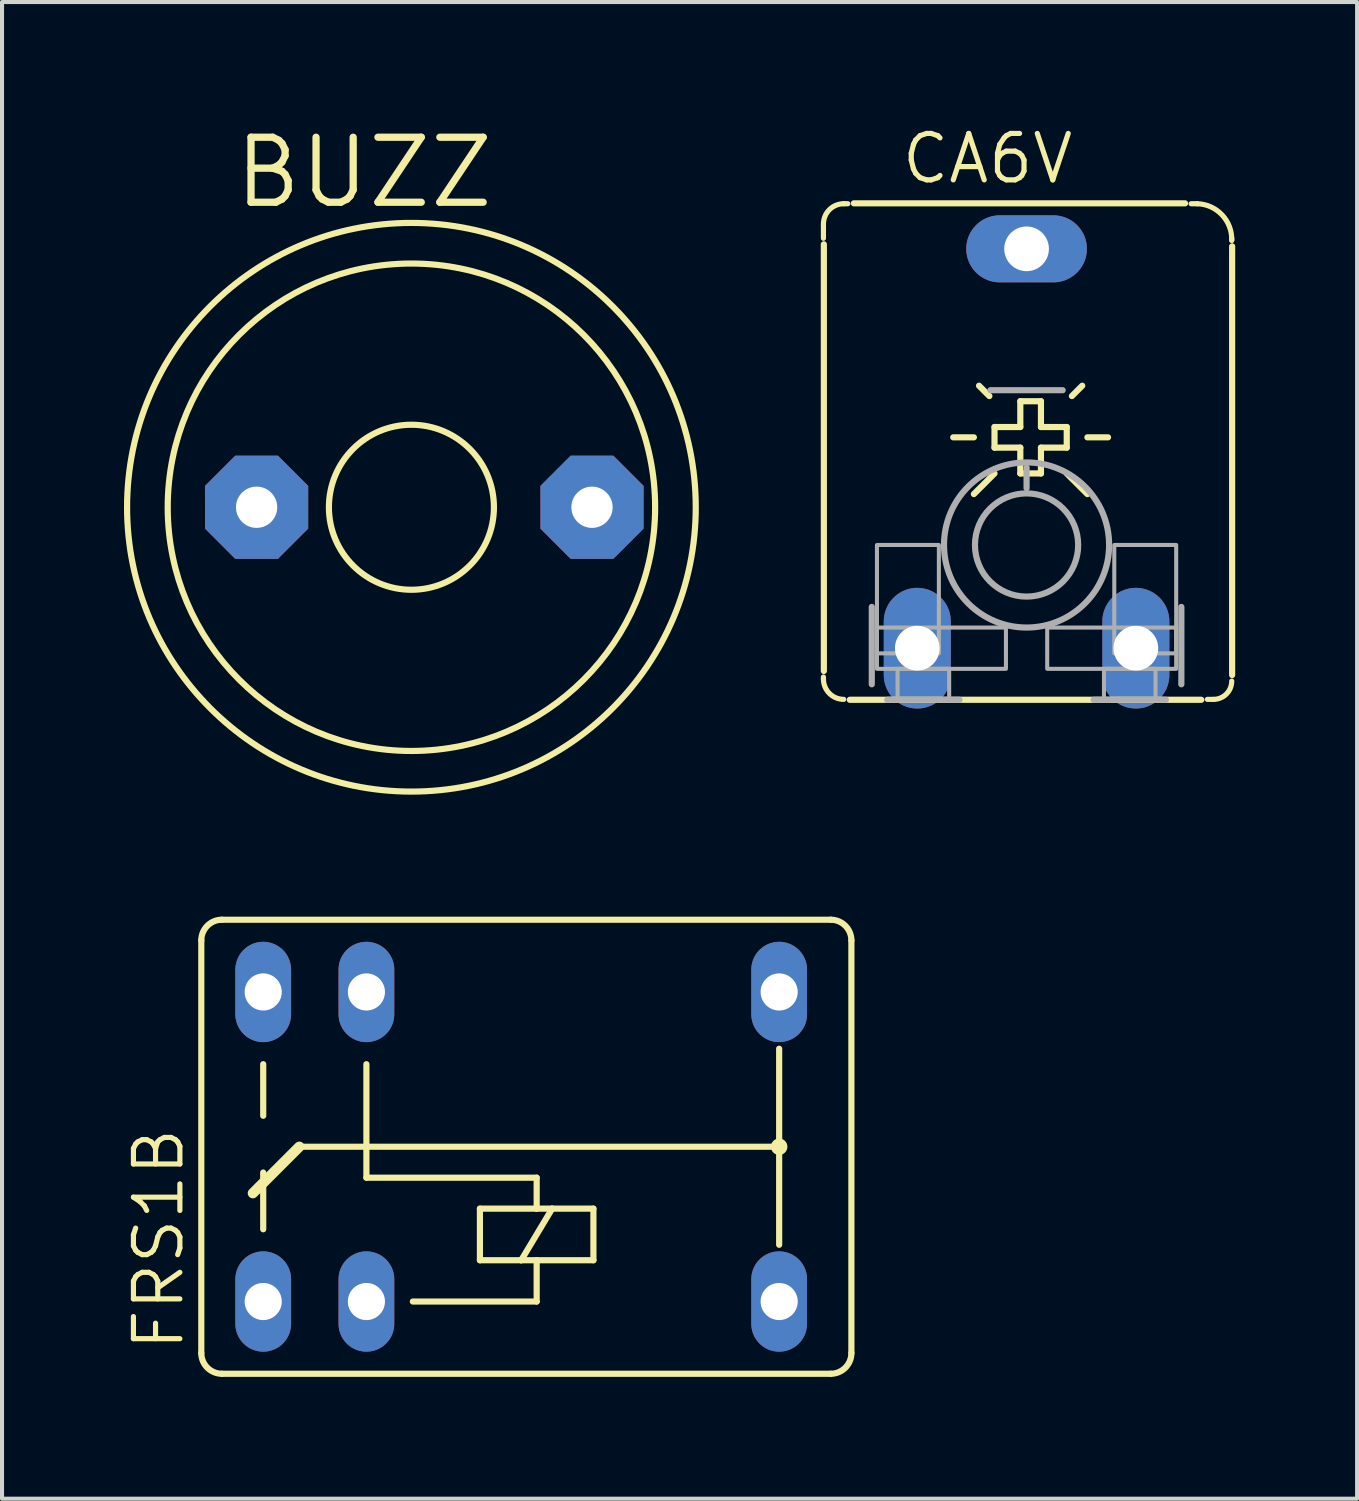
<source format=kicad_pcb>
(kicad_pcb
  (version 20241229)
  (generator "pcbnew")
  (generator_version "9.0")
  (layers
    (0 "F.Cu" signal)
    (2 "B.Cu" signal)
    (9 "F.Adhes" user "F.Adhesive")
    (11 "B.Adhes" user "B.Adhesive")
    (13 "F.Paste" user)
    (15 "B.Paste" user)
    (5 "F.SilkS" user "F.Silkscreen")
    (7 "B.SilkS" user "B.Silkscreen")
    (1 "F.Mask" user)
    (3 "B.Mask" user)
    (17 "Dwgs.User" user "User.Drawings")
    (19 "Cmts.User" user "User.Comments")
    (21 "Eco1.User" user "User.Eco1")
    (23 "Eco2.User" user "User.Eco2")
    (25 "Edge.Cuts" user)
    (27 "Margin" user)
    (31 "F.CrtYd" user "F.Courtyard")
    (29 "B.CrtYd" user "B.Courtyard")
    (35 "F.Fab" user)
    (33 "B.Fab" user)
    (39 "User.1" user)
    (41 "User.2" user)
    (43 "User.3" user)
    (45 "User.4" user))
  (footprint "BUZZ"
    (layer "F.Cu")
    (at 6.759 9.436)
    (property "Reference" "BUZZ" (at -4.128 -7.303 0) (layer "F.SilkS") (effects (font (size 1.6 1.6) (thickness 0.178)) (justify left bottom)))
    (fp_circle (center 0.318 0) (end 2.349 0) (stroke (width 0.152) (type solid)) (fill no) (layer "F.SilkS"))
    (fp_circle (center 0.318 0) (end 6.317 0) (stroke (width 0.152) (type solid)) (fill no) (layer "F.SilkS"))
    (fp_circle (center 0.318 0) (end 7.317 0) (stroke (width 0.152) (type solid)) (fill no) (layer "F.SilkS"))
    (pad "1" thru_hole roundrect (at -3.493 0) (size 2.54 2.54) (drill 1.016) (layers "*.Cu" "*.Mask") (roundrect_rratio 0.25) (chamfer_ratio 0.293) (chamfer top_left top_right bottom_left bottom_right))
    (pad "2" thru_hole roundrect (at 4.763 0) (size 2.54 2.54) (drill 1.016) (layers "*.Cu" "*.Mask") (roundrect_rratio 0.25) (chamfer_ratio 0.293) (chamfer top_left top_right bottom_left bottom_right)))
  (footprint "FRS1B"
    (layer "F.Cu")
    (at 5.969 25.177)
    (property "Reference" "FRS1B" (at -4.445 5.08 90) (layer "F.SilkS") (effects (font (size 1.143 1.143) (thickness 0.127)) (justify left bottom)))
    (fp_line (start -4.064 5.08) (end -4.064 -5.08) (stroke (width 0.152) (type solid)) (layer "F.SilkS"))
    (fp_line (start -3.556 -5.588) (end 11.43 -5.588) (stroke (width 0.152) (type solid)) (layer "F.SilkS"))
    (fp_line (start -3.556 5.588) (end 11.43 5.588) (stroke (width 0.152) (type solid)) (layer "F.SilkS"))
    (fp_line (start -2.794 1.143) (end -1.651 0) (stroke (width 0.254) (type solid)) (layer "F.SilkS"))
    (fp_line (start -2.54 -0.762) (end -2.54 -2.032) (stroke (width 0.152) (type solid)) (layer "F.SilkS"))
    (fp_line (start -2.54 0.635) (end -2.54 2.032) (stroke (width 0.152) (type solid)) (layer "F.SilkS"))
    (fp_line (start 0 -2.032) (end 0 0.762) (stroke (width 0.152) (type solid)) (layer "F.SilkS"))
    (fp_line (start 0 0.762) (end 4.191 0.762) (stroke (width 0.152) (type solid)) (layer "F.SilkS"))
    (fp_line (start 2.794 1.524) (end 2.794 2.794) (stroke (width 0.152) (type solid)) (layer "F.SilkS"))
    (fp_line (start 2.794 2.794) (end 3.81 2.794) (stroke (width 0.152) (type solid)) (layer "F.SilkS"))
    (fp_line (start 3.81 2.794) (end 4.191 2.794) (stroke (width 0.152) (type solid)) (layer "F.SilkS"))
    (fp_line (start 4.191 0.762) (end 4.191 1.524) (stroke (width 0.152) (type solid)) (layer "F.SilkS"))
    (fp_line (start 4.191 1.524) (end 2.794 1.524) (stroke (width 0.152) (type solid)) (layer "F.SilkS"))
    (fp_line (start 4.191 2.794) (end 4.191 3.81) (stroke (width 0.152) (type solid)) (layer "F.SilkS"))
    (fp_line (start 4.191 2.794) (end 5.588 2.794) (stroke (width 0.152) (type solid)) (layer "F.SilkS"))
    (fp_line (start 4.191 3.81) (end 1.143 3.81) (stroke (width 0.152) (type solid)) (layer "F.SilkS"))
    (fp_line (start 4.572 1.524) (end 3.81 2.794) (stroke (width 0.152) (type solid)) (layer "F.SilkS"))
    (fp_line (start 4.572 1.524) (end 4.191 1.524) (stroke (width 0.152) (type solid)) (layer "F.SilkS"))
    (fp_line (start 5.588 1.524) (end 4.572 1.524) (stroke (width 0.152) (type solid)) (layer "F.SilkS"))
    (fp_line (start 5.588 2.794) (end 5.588 1.524) (stroke (width 0.152) (type solid)) (layer "F.SilkS"))
    (fp_line (start 10.16 -2.413) (end 10.16 0) (stroke (width 0.152) (type solid)) (layer "F.SilkS"))
    (fp_line (start 10.16 0) (end -1.651 0) (stroke (width 0.152) (type solid)) (layer "F.SilkS"))
    (fp_line (start 10.16 0) (end 10.16 2.413) (stroke (width 0.152) (type solid)) (layer "F.SilkS"))
    (fp_line (start 11.938 5.08) (end 11.938 -5.08) (stroke (width 0.152) (type solid)) (layer "F.SilkS"))
    (fp_arc (start -4.064 -5.08) (mid -3.91521 -5.43921) (end -3.556 -5.588) (stroke (width 0.1524) (type solid)) (layer "F.SilkS"))
    (fp_arc (start -3.556 5.588) (mid -3.91521 5.43921) (end -4.064 5.08) (stroke (width 0.1524) (type solid)) (layer "F.SilkS"))
    (fp_arc (start 11.43 -5.588) (mid 11.78921 -5.43921) (end 11.938 -5.08) (stroke (width 0.1524) (type solid)) (layer "F.SilkS"))
    (fp_arc (start 11.938 5.08) (mid 11.78921 5.43921) (end 11.43 5.588) (stroke (width 0.1524) (type solid)) (layer "F.SilkS"))
    (fp_circle (center 10.16 0) (end 10.287 0) (stroke (width 0.152) (type solid)) (fill no) (layer "F.SilkS"))
    (pad "1" thru_hole oval (at 0 -3.81 90) (size 2.469 1.372) (drill 0.914) (layers "*.Cu" "*.Mask"))
    (pad "2" thru_hole oval (at 0 3.81 90) (size 2.469 1.372) (drill 0.914) (layers "*.Cu" "*.Mask"))
    (pad "O" thru_hole oval (at -2.54 3.81 90) (size 2.469 1.372) (drill 0.914) (layers "*.Cu" "*.Mask"))
    (pad "P" thru_hole oval (at 10.16 -3.81 90) (size 2.469 1.372) (drill 0.914) (layers "*.Cu" "*.Mask"))
    (pad "P@" thru_hole oval (at 10.16 3.81 90) (size 2.469 1.372) (drill 0.914) (layers "*.Cu" "*.Mask"))
    (pad "S" thru_hole oval (at -2.54 -3.81 90) (size 2.469 1.372) (drill 0.914) (layers "*.Cu" "*.Mask")))
  (footprint "CA6V"
    (layer "F.Cu")
    (at 22.219 10.365)
    (property "Reference" "CA6V" (at -3.14 -8.841 0) (layer "F.SilkS") (effects (font (size 1.143 1.143) (thickness 0.127)) (justify left bottom)))
    (fp_line (start -5 -7.55) (end -5 -7.9) (stroke (width 0.127) (type solid)) (layer "F.SilkS"))
    (fp_line (start -5 3.25) (end -5 3.3) (stroke (width 0.127) (type solid)) (layer "F.SilkS"))
    (fp_line (start -4.99 -7.401) (end -4.99 3.101) (stroke (width 0.152) (type solid)) (layer "F.SilkS"))
    (fp_line (start -4.5 -8.4) (end -4.4 -8.4) (stroke (width 0.127) (type solid)) (layer "F.SilkS"))
    (fp_line (start -4.251 -8.41) (end 3.901 -8.41) (stroke (width 0.152) (type solid)) (layer "F.SilkS"))
    (fp_line (start -1.805 -2.65) (end -1.297 -2.65) (stroke (width 0.152) (type solid)) (layer "F.SilkS"))
    (fp_line (start -0.916 -3.666) (end -1.17 -3.92) (stroke (width 0.152) (type solid)) (layer "F.SilkS"))
    (fp_line (start -0.789 -2.904) (end -0.154 -2.904) (stroke (width 0.152) (type solid)) (layer "F.SilkS"))
    (fp_line (start -0.789 -2.396) (end -0.789 -2.904) (stroke (width 0.152) (type solid)) (layer "F.SilkS"))
    (fp_line (start -0.789 -1.761) (end -1.297 -1.253) (stroke (width 0.152) (type solid)) (layer "F.SilkS"))
    (fp_line (start -0.154 -3.539) (end 0.354 -3.539) (stroke (width 0.152) (type solid)) (layer "F.SilkS"))
    (fp_line (start -0.154 -2.904) (end -0.154 -3.539) (stroke (width 0.152) (type solid)) (layer "F.SilkS"))
    (fp_line (start -0.154 -2.396) (end -0.789 -2.396) (stroke (width 0.152) (type solid)) (layer "F.SilkS"))
    (fp_line (start -0.154 -1.761) (end -0.154 -2.396) (stroke (width 0.152) (type solid)) (layer "F.SilkS"))
    (fp_line (start 0.354 -3.539) (end 0.354 -2.904) (stroke (width 0.152) (type solid)) (layer "F.SilkS"))
    (fp_line (start 0.354 -2.904) (end 0.989 -2.904) (stroke (width 0.152) (type solid)) (layer "F.SilkS"))
    (fp_line (start 0.354 -2.396) (end 0.354 -1.761) (stroke (width 0.152) (type solid)) (layer "F.SilkS"))
    (fp_line (start 0.354 -1.761) (end -0.154 -1.761) (stroke (width 0.152) (type solid)) (layer "F.SilkS"))
    (fp_line (start 0.989 -2.904) (end 0.989 -2.396) (stroke (width 0.152) (type solid)) (layer "F.SilkS"))
    (fp_line (start 0.989 -2.396) (end 0.354 -2.396) (stroke (width 0.152) (type solid)) (layer "F.SilkS"))
    (fp_line (start 0.989 -1.761) (end 1.497 -1.253) (stroke (width 0.152) (type solid)) (layer "F.SilkS"))
    (fp_line (start 1.116 -3.666) (end 1.37 -3.92) (stroke (width 0.152) (type solid)) (layer "F.SilkS"))
    (fp_line (start 1.497 -2.65) (end 2.005 -2.65) (stroke (width 0.152) (type solid)) (layer "F.SilkS"))
    (fp_line (start 4.05 -8.4) (end 4.2 -8.4) (stroke (width 0.127) (type solid)) (layer "F.SilkS"))
    (fp_line (start 4.301 3.81) (end -4.351 3.81) (stroke (width 0.152) (type solid)) (layer "F.SilkS"))
    (fp_line (start 4.45 3.8) (end 4.6 3.8) (stroke (width 0.127) (type solid)) (layer "F.SilkS"))
    (fp_line (start 5.05 -7.5) (end 5.05 -7.55) (stroke (width 0.127) (type solid)) (layer "F.SilkS"))
    (fp_line (start 5.06 -7.351) (end 5.06 3.201) (stroke (width 0.152) (type solid)) (layer "F.SilkS"))
    (fp_arc (start -5 -7.9) (mid -4.853553 -8.253553) (end -4.5 -8.4) (stroke (width 0.127) (type solid)) (layer "F.SilkS"))
    (fp_arc (start -4.5 3.8) (mid -4.853553 3.653553) (end -5 3.3) (stroke (width 0.127) (type solid)) (layer "F.SilkS"))
    (fp_arc (start 4.2 -8.4) (mid 4.811426 -8.126068) (end 5.05 -7.5) (stroke (width 0.127) (type solid)) (layer "F.SilkS"))
    (fp_arc (start 5.05 3.35) (mid 4.918198 3.668198) (end 4.6 3.8) (stroke (width 0.127) (type solid)) (layer "F.SilkS"))
    (fp_line (start -3.81 3.429) (end -3.81 1.524) (stroke (width 0.152) (type solid)) (layer "F.Fab"))
    (fp_line (start -1.651 3.81) (end -3.429 3.81) (stroke (width 0.152) (type solid)) (layer "F.Fab"))
    (fp_line (start 0 -1.397) (end 0 -1.905) (stroke (width 0.152) (type solid)) (layer "F.Fab"))
    (fp_line (start 0.889 -3.81) (end -0.889 -3.81) (stroke (width 0.152) (type solid)) (layer "F.Fab"))
    (fp_line (start 3.429 3.81) (end 1.651 3.81) (stroke (width 0.152) (type solid)) (layer "F.Fab"))
    (fp_line (start 3.81 1.524) (end 3.81 3.429) (stroke (width 0.152) (type solid)) (layer "F.Fab"))
    (fp_circle (center 0 0) (end 1.27 0) (stroke (width 0.152) (type solid)) (fill no) (layer "F.Fab"))
    (fp_circle (center 0 0) (end 2.032 0) (stroke (width 0.152) (type solid)) (fill no) (layer "F.Fab"))
    (fp_poly (pts (xy -3.683 2.667) (xy -2.159 2.667) (xy -2.159 0) (xy -3.683 0)) (stroke (width 0.1) (type default)) (fill no) (layer "F.Fab"))
    (fp_poly (pts (xy -3.683 3.048) (xy -0.508 3.048) (xy -0.508 2.032) (xy -3.683 2.032)) (stroke (width 0.1) (type default)) (fill no) (layer "F.Fab"))
    (fp_poly (pts (xy -3.175 3.81) (xy -1.905 3.81) (xy -1.905 3.048) (xy -3.175 3.048)) (stroke (width 0.1) (type default)) (fill no) (layer "F.Fab"))
    (fp_poly (pts (xy 0.508 3.048) (xy 3.683 3.048) (xy 3.683 2.032) (xy 0.508 2.032)) (stroke (width 0.1) (type default)) (fill no) (layer "F.Fab"))
    (fp_poly (pts (xy 1.905 3.81) (xy 3.175 3.81) (xy 3.175 3.048) (xy 1.905 3.048)) (stroke (width 0.1) (type default)) (fill no) (layer "F.Fab"))
    (fp_poly (pts (xy 2.159 2.667) (xy 3.683 2.667) (xy 3.683 0) (xy 2.159 0)) (stroke (width 0.1) (type default)) (fill no) (layer "F.Fab"))
    (pad "A" thru_hole oval (at -2.69 2.54 90) (size 2.97 1.65) (drill 1.1) (layers "*.Cu" "*.Mask"))
    (pad "E" thru_hole oval (at 2.69 2.54 90) (size 2.97 1.65) (drill 1.1) (layers "*.Cu" "*.Mask"))
    (pad "S" thru_hole oval (at 0 -7.29) (size 2.97 1.65) (drill 1.1) (layers "*.Cu" "*.Mask")))
  (gr_rect
    (start -3 -3)
    (end 30.355 33.841)
    (stroke (width 0.1) (type default))
    (fill no)
    (layer "Edge.Cuts")))
</source>
